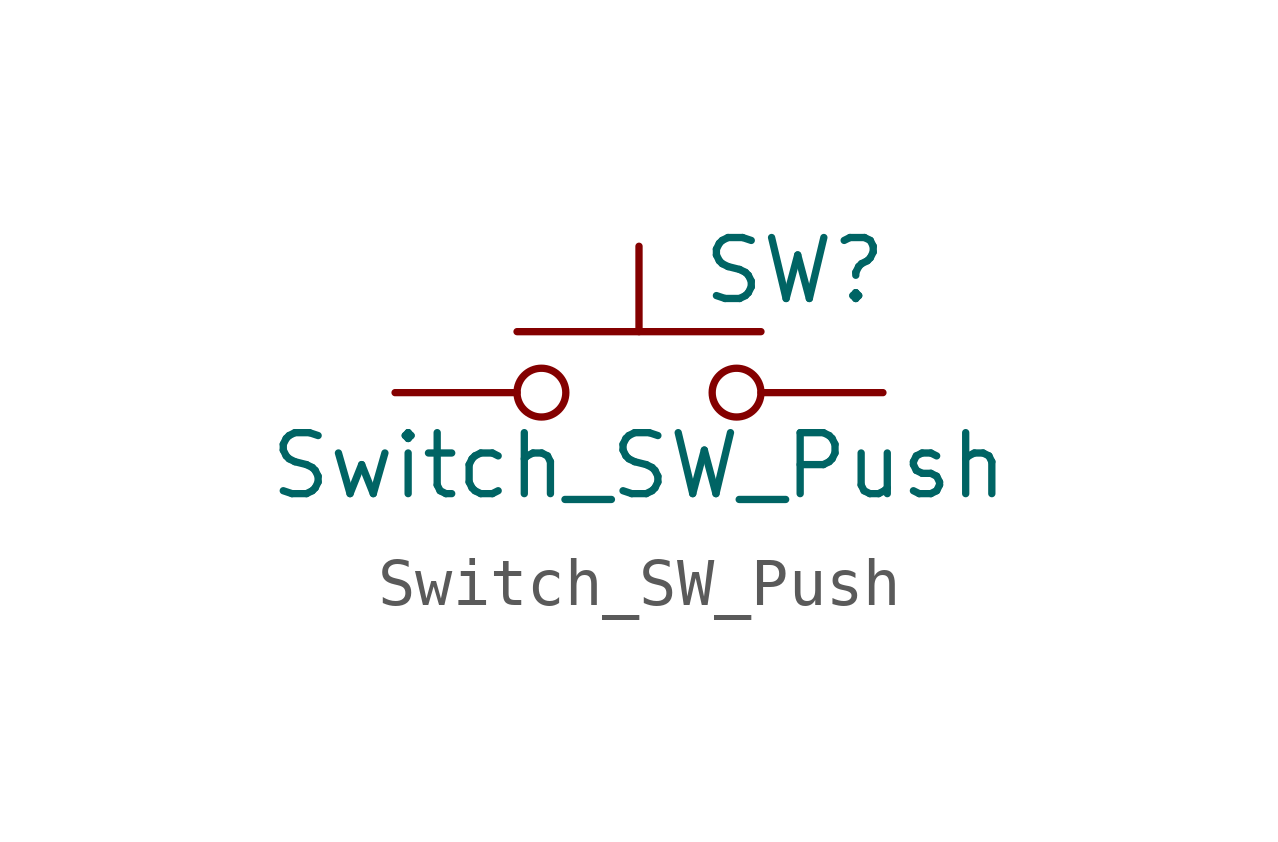
<source format=kicad_sym>
(kicad_symbol_lib
  (version 20210619)
  (generator kicad_symbol_editor)
  (symbol "0_MyLib:Switch_SW_Push"
    (pin_numbers hide)
    (pin_names
      (offset 1.016) hide)
    (property "Reference" "SW"
      (at 1.27 2.54 0)
      (effects (font (size 1.27 1.27)) (justify left)))
    (property "Value" "Switch_SW_Push"
      (at 0 -1.524 0)
      (effects (font (size 1.27 1.27))))
    (symbol "Switch_SW_Push_0_1"
      (circle (center -2.032 0) (radius 0.508) (stroke (width 0)) (fill (type none)))
      (circle (center 2.032 0) (radius 0.508) (stroke (width 0)) (fill (type none)))
      (polyline (pts (xy 0 1.27) (xy 0 3.048)) (stroke (width 0)) (fill (type none)))
      (polyline (pts (xy 2.54 1.27) (xy -2.54 1.27)) (stroke (width 0)) (fill (type none)))
      (pin passive line (at -5.08 0 0) (length 2.54) (name "1" (effects (font (size 1.27 1.27)))) (number "1" (effects (font (size 1.27 1.27)))))
      (pin passive line (at 5.08 0 180) (length 2.54) (name "2" (effects (font (size 1.27 1.27)))) (number "2" (effects (font (size 1.27 1.27))))))))
</source>
